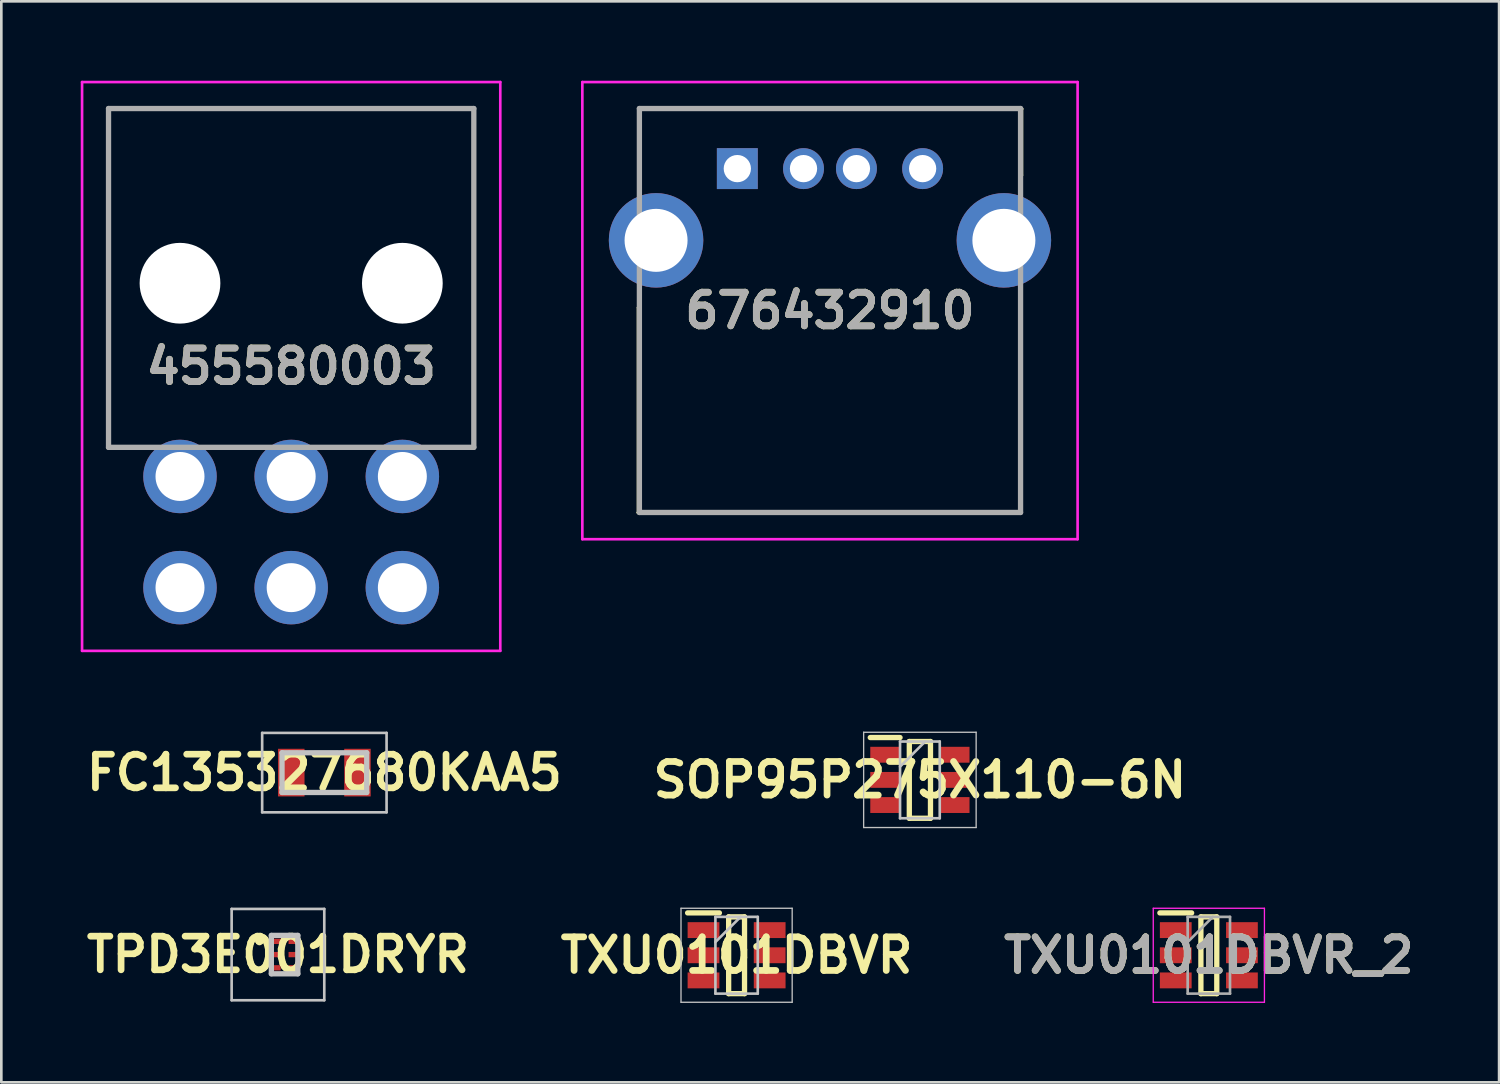
<source format=kicad_pcb>
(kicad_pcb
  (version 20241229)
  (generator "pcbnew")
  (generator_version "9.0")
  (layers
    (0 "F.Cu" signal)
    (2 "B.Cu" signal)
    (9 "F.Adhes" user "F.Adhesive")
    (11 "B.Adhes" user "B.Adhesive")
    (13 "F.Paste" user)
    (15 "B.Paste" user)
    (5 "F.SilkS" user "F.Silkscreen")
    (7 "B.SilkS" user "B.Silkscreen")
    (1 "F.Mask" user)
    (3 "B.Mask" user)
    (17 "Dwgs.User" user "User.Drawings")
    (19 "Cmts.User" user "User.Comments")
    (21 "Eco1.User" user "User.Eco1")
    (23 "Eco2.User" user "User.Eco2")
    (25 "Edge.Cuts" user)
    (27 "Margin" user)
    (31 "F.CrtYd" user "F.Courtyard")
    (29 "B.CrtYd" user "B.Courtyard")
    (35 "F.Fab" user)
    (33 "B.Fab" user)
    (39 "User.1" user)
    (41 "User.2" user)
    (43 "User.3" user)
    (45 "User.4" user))
  (footprint "TXU0101DBVR_2"
    (layer "F.Cu")
    (at 42.618 33.038)
    (property "Reference" "TXU0101DBVR_2" (at 0 0 0) (layer "F.SilkS") (effects (font (size 1.27 1.27) (thickness 0.254))))
    (attr smd)
    (fp_line (start -1.85 -1.6) (end -0.65 -1.6) (stroke (width 0.2) (type solid)) (layer "F.SilkS"))
    (fp_line (start -0.3 -1.45) (end 0.3 -1.45) (stroke (width 0.2) (type solid)) (layer "F.SilkS"))
    (fp_line (start -0.3 1.45) (end -0.3 -1.45) (stroke (width 0.2) (type solid)) (layer "F.SilkS"))
    (fp_line (start 0.3 -1.45) (end 0.3 1.45) (stroke (width 0.2) (type solid)) (layer "F.SilkS"))
    (fp_line (start 0.3 1.45) (end -0.3 1.45) (stroke (width 0.2) (type solid)) (layer "F.SilkS"))
    (fp_line (start -2.1 -1.775) (end 2.1 -1.775) (stroke (width 0.05) (type solid)) (layer "F.CrtYd"))
    (fp_line (start -2.1 1.775) (end -2.1 -1.775) (stroke (width 0.05) (type solid)) (layer "F.CrtYd"))
    (fp_line (start 2.1 -1.775) (end 2.1 1.775) (stroke (width 0.05) (type solid)) (layer "F.CrtYd"))
    (fp_line (start 2.1 1.775) (end -2.1 1.775) (stroke (width 0.05) (type solid)) (layer "F.CrtYd"))
    (fp_line (start -0.8 -1.45) (end 0.8 -1.45) (stroke (width 0.1) (type solid)) (layer "F.Fab"))
    (fp_line (start -0.8 -0.5) (end 0.15 -1.45) (stroke (width 0.1) (type solid)) (layer "F.Fab"))
    (fp_line (start -0.8 1.45) (end -0.8 -1.45) (stroke (width 0.1) (type solid)) (layer "F.Fab"))
    (fp_line (start 0.8 -1.45) (end 0.8 1.45) (stroke (width 0.1) (type solid)) (layer "F.Fab"))
    (fp_line (start 0.8 1.45) (end -0.8 1.45) (stroke (width 0.1) (type solid)) (layer "F.Fab"))
    (fp_text user "${REFERENCE}" (at 0 0 0) (layer "F.Fab") (effects (font (size 1.27 1.27) (thickness 0.254))))
    (pad "1" smd rect (at -1.25 -0.95 90) (size 0.6 1.2) (layers "F.Cu" "F.Mask" "F.Paste"))
    (pad "2" smd rect (at -1.25 0 90) (size 0.6 1.2) (layers "F.Cu" "F.Mask" "F.Paste"))
    (pad "3" smd rect (at -1.25 0.95 90) (size 0.6 1.2) (layers "F.Cu" "F.Mask" "F.Paste"))
    (pad "4" smd rect (at 1.25 0.95 90) (size 0.6 1.2) (layers "F.Cu" "F.Mask" "F.Paste"))
    (pad "5" smd rect (at 1.25 0 90) (size 0.6 1.2) (layers "F.Cu" "F.Mask" "F.Paste"))
    (pad "6" smd rect (at 1.25 -0.95 90) (size 0.6 1.2) (layers "F.Cu" "F.Mask" "F.Paste")))
  (footprint "TXU0101DBVR"
    (layer "F.Cu")
    (at 24.777 33.038)
    (property "Reference" "TXU0101DBVR" (at 0 0 0) (unlocked yes) (layer "F.SilkS") (effects (font (size 1.27 1.27) (thickness 0.254))))
    (attr smd)
    (fp_line (start -1.85 -1.6) (end -0.65 -1.6) (stroke (width 0.2) (type solid)) (layer "F.SilkS"))
    (fp_line (start -0.3 -1.45) (end 0.3 -1.45) (stroke (width 0.2) (type solid)) (layer "F.SilkS"))
    (fp_line (start -0.3 1.45) (end -0.3 -1.45) (stroke (width 0.2) (type solid)) (layer "F.SilkS"))
    (fp_line (start 0.3 -1.45) (end 0.3 1.45) (stroke (width 0.2) (type solid)) (layer "F.SilkS"))
    (fp_line (start 0.3 1.45) (end -0.3 1.45) (stroke (width 0.2) (type solid)) (layer "F.SilkS"))
    (fp_line (start -2.1 -1.775) (end 2.1 -1.775) (stroke (width 0.05) (type solid)) (layer "Dwgs.User"))
    (fp_line (start -2.1 1.775) (end -2.1 -1.775) (stroke (width 0.05) (type solid)) (layer "Dwgs.User"))
    (fp_line (start -0.8 -1.45) (end 0.8 -1.45) (stroke (width 0.1) (type solid)) (layer "Dwgs.User"))
    (fp_line (start -0.8 -0.5) (end 0.15 -1.45) (stroke (width 0.1) (type solid)) (layer "Dwgs.User"))
    (fp_line (start -0.8 1.45) (end -0.8 -1.45) (stroke (width 0.1) (type solid)) (layer "Dwgs.User"))
    (fp_line (start 0.8 -1.45) (end 0.8 1.45) (stroke (width 0.1) (type solid)) (layer "Dwgs.User"))
    (fp_line (start 0.8 1.45) (end -0.8 1.45) (stroke (width 0.1) (type solid)) (layer "Dwgs.User"))
    (fp_line (start 2.1 -1.775) (end 2.1 1.775) (stroke (width 0.05) (type solid)) (layer "Dwgs.User"))
    (fp_line (start 2.1 1.775) (end -2.1 1.775) (stroke (width 0.05) (type solid)) (layer "Dwgs.User"))
    (pad "1" smd rect (at -1.25 -0.95 90) (size 0.6 1.2) (layers "F.Cu" "F.Mask" "F.Paste"))
    (pad "2" smd rect (at -1.25 0 90) (size 0.6 1.2) (layers "F.Cu" "F.Mask" "F.Paste"))
    (pad "3" smd rect (at -1.25 0.95 90) (size 0.6 1.2) (layers "F.Cu" "F.Mask" "F.Paste"))
    (pad "4" smd rect (at 1.25 0.95 90) (size 0.6 1.2) (layers "F.Cu" "F.Mask" "F.Paste"))
    (pad "5" smd rect (at 1.25 0 90) (size 0.6 1.2) (layers "F.Cu" "F.Mask" "F.Paste"))
    (pad "6" smd rect (at 1.25 -0.95 90) (size 0.6 1.2) (layers "F.Cu" "F.Mask" "F.Paste")))
  (footprint "TPD3E001DRYR"
    (layer "F.Cu")
    (at 7.701 33.013)
    (property "Reference" "TPD3E001DRYR" (at -0.25 0 0) (unlocked yes) (layer "F.SilkS") (effects (font (size 1.27 1.27) (thickness 0.254))))
    (attr smd)
    (fp_line (start -1 -0.5) (end -1 -0.5) (stroke (width 0.2) (type solid)) (layer "F.SilkS"))
    (fp_line (start -0.9 -0.5) (end -0.9 -0.5) (stroke (width 0.2) (type solid)) (layer "F.SilkS"))
    (fp_line (start -0.9 -0.5) (end -0.9 -0.5) (stroke (width 0.2) (type solid)) (layer "F.SilkS"))
    (fp_arc (start -1 -0.5) (mid -0.95 -0.55) (end -0.9 -0.5) (stroke (width 0.2) (type solid)) (layer "F.SilkS"))
    (fp_arc (start -1 -0.5) (mid -0.95 -0.55) (end -0.9 -0.5) (stroke (width 0.2) (type solid)) (layer "F.SilkS"))
    (fp_arc (start -0.9 -0.5) (mid -0.95 -0.45) (end -1 -0.5) (stroke (width 0.2) (type solid)) (layer "F.SilkS"))
    (fp_line (start -2 -1.725) (end 1.5 -1.725) (stroke (width 0.1) (type solid)) (layer "Dwgs.User"))
    (fp_line (start -2 1.725) (end -2 -1.725) (stroke (width 0.1) (type solid)) (layer "Dwgs.User"))
    (fp_line (start -0.5 -0.725) (end -0.5 0.725) (stroke (width 0.2) (type solid)) (layer "Dwgs.User"))
    (fp_line (start -0.5 0.725) (end 0.5 0.725) (stroke (width 0.2) (type solid)) (layer "Dwgs.User"))
    (fp_line (start 0.5 -0.725) (end -0.5 -0.725) (stroke (width 0.2) (type solid)) (layer "Dwgs.User"))
    (fp_line (start 0.5 0.725) (end 0.5 -0.725) (stroke (width 0.2) (type solid)) (layer "Dwgs.User"))
    (fp_line (start 1.5 -1.725) (end 1.5 1.725) (stroke (width 0.1) (type solid)) (layer "Dwgs.User"))
    (fp_line (start 1.5 1.725) (end -2 1.725) (stroke (width 0.1) (type solid)) (layer "Dwgs.User"))
    (pad "1" smd rect (at -0.275 -0.5 90) (size 0.2 0.35) (layers "F.Cu" "F.Mask" "F.Paste"))
    (pad "2" smd rect (at -0.3 0 90) (size 0.2 0.3) (layers "F.Cu" "F.Mask" "F.Paste"))
    (pad "3" smd rect (at -0.3 0.5 90) (size 0.2 0.3) (layers "F.Cu" "F.Mask" "F.Paste"))
    (pad "4" smd rect (at 0.3 0.5 90) (size 0.2 0.3) (layers "F.Cu" "F.Mask" "F.Paste"))
    (pad "5" smd rect (at 0.3 0 90) (size 0.2 0.3) (layers "F.Cu" "F.Mask" "F.Paste"))
    (pad "6" smd rect (at 0.3 -0.5 90) (size 0.2 0.3) (layers "F.Cu" "F.Mask" "F.Paste")))
  (footprint "455580003"
    (layer "F.Cu")
    (at 3.75 14.95)
    (property "Reference" "455580003" (at 4.2 -4.156 0) (layer "F.SilkS") (effects (font (size 1.27 1.27) (thickness 0.254))))
    (attr through_hole)
    (fp_line (start -2.7 -13.9) (end 11.1 -13.9) (stroke (width 0.1) (type solid)) (layer "F.SilkS"))
    (fp_line (start -2.7 -1.1) (end -2.7 -13.9) (stroke (width 0.1) (type solid)) (layer "F.SilkS"))
    (fp_line (start -2.3 -1.1) (end -2.7 -1.1) (stroke (width 0.1) (type solid)) (layer "F.SilkS"))
    (fp_line (start 11.1 -13.9) (end 11.1 -1.1) (stroke (width 0.1) (type solid)) (layer "F.SilkS"))
    (fp_line (start 11.1 -1.1) (end 10.7 -1.1) (stroke (width 0.1) (type solid)) (layer "F.SilkS"))
    (fp_line (start -3.7 -14.9) (end 12.1 -14.9) (stroke (width 0.1) (type solid)) (layer "F.CrtYd"))
    (fp_line (start -3.7 6.588) (end -3.7 -14.9) (stroke (width 0.1) (type solid)) (layer "F.CrtYd"))
    (fp_line (start 12.1 -14.9) (end 12.1 6.588) (stroke (width 0.1) (type solid)) (layer "F.CrtYd"))
    (fp_line (start 12.1 6.588) (end -3.7 6.588) (stroke (width 0.1) (type solid)) (layer "F.CrtYd"))
    (fp_line (start -2.7 -13.9) (end 11.1 -13.9) (stroke (width 0.2) (type solid)) (layer "F.Fab"))
    (fp_line (start -2.7 -1.1) (end -2.7 -13.9) (stroke (width 0.2) (type solid)) (layer "F.Fab"))
    (fp_line (start 11.1 -13.9) (end 11.1 -1.1) (stroke (width 0.2) (type solid)) (layer "F.Fab"))
    (fp_line (start 11.1 -1.1) (end -2.7 -1.1) (stroke (width 0.2) (type solid)) (layer "F.Fab"))
    (fp_text user "${REFERENCE}" (at 4.2 -4.156 0) (layer "F.Fab") (effects (font (size 1.27 1.27) (thickness 0.254))))
    (pad "" np_thru_hole circle (at 0 -7.3) (size 3.05 3.05) (drill 3.05) (layers "*.Cu" "*.Mask"))
    (pad "" np_thru_hole circle (at 8.4 -7.3) (size 3.05 3.05) (drill 3.05) (layers "*.Cu" "*.Mask"))
    (pad "1" thru_hole circle (at 0 0) (size 2.775 2.775) (drill 1.85) (layers "*.Cu" "*.Mask"))
    (pad "2" thru_hole circle (at 4.2 0) (size 2.775 2.775) (drill 1.85) (layers "*.Cu" "*.Mask"))
    (pad "3" thru_hole circle (at 8.4 0) (size 2.775 2.775) (drill 1.85) (layers "*.Cu" "*.Mask"))
    (pad "4" thru_hole circle (at 0 4.2) (size 2.775 2.775) (drill 1.85) (layers "*.Cu" "*.Mask"))
    (pad "5" thru_hole circle (at 4.2 4.2) (size 2.775 2.775) (drill 1.85) (layers "*.Cu" "*.Mask"))
    (pad "6" thru_hole circle (at 8.4 4.2) (size 2.775 2.775) (drill 1.85) (layers "*.Cu" "*.Mask")))
  (footprint "FC135327680KAA5"
    (layer "F.Cu")
    (at 9.204 26.138)
    (property "Reference" "FC135327680KAA5" (at 0 0 0) (unlocked yes) (layer "F.SilkS") (effects (font (size 1.27 1.27) (thickness 0.254))))
    (attr smd)
    (fp_line (start -0.4 -0.75) (end 0.4 -0.75) (stroke (width 0.1) (type solid)) (layer "F.SilkS"))
    (fp_line (start -0.4 0.75) (end 0.4 0.75) (stroke (width 0.1) (type solid)) (layer "F.SilkS"))
    (fp_line (start -2.35 -1.5) (end 2.35 -1.5) (stroke (width 0.1) (type solid)) (layer "Dwgs.User"))
    (fp_line (start -2.35 1.5) (end -2.35 -1.5) (stroke (width 0.1) (type solid)) (layer "Dwgs.User"))
    (fp_line (start -1.6 -0.75) (end 1.6 -0.75) (stroke (width 0.2) (type solid)) (layer "Dwgs.User"))
    (fp_line (start -1.6 0.75) (end -1.6 -0.75) (stroke (width 0.2) (type solid)) (layer "Dwgs.User"))
    (fp_line (start 1.6 -0.75) (end 1.6 0.75) (stroke (width 0.2) (type solid)) (layer "Dwgs.User"))
    (fp_line (start 1.6 0.75) (end -1.6 0.75) (stroke (width 0.2) (type solid)) (layer "Dwgs.User"))
    (fp_line (start 2.35 -1.5) (end 2.35 1.5) (stroke (width 0.1) (type solid)) (layer "Dwgs.User"))
    (fp_line (start 2.35 1.5) (end -2.35 1.5) (stroke (width 0.1) (type solid)) (layer "Dwgs.User"))
    (pad "1" smd rect (at -1.25 0) (size 1 1.8) (layers "F.Cu" "F.Mask" "F.Paste"))
    (pad "2" smd rect (at 1.25 0) (size 1 1.8) (layers "F.Cu" "F.Mask" "F.Paste")))
  (footprint "676432910"
    (layer "F.Cu")
    (at 24.805 3.32)
    (property "Reference" "676432910" (at 3.5 5.365 0) (layer "F.SilkS") (effects (font (size 1.27 1.27) (thickness 0.254))))
    (attr through_hole)
    (fp_line (start -3.75 5.25) (end -3.75 13) (stroke (width 0.1) (type solid)) (layer "F.SilkS"))
    (fp_line (start -3.75 12.99) (end -3.75 13) (stroke (width 0.1) (type solid)) (layer "F.SilkS"))
    (fp_line (start -3.75 13) (end -3.7 13) (stroke (width 0.1) (type solid)) (layer "F.SilkS"))
    (fp_line (start -3.75 13) (end 10.7 13) (stroke (width 0.1) (type solid)) (layer "F.SilkS"))
    (fp_line (start -3.7 -2.27) (end -3.7 -2.27) (stroke (width 0.1) (type solid)) (layer "F.SilkS"))
    (fp_line (start -3.7 -2.27) (end -3.7 0.25) (stroke (width 0.1) (type solid)) (layer "F.SilkS"))
    (fp_line (start -3.7 -2.27) (end 10.75 -2.27) (stroke (width 0.1) (type solid)) (layer "F.SilkS"))
    (fp_line (start -3.7 -2.25) (end -3.7 -2.27) (stroke (width 0.1) (type solid)) (layer "F.SilkS"))
    (fp_line (start -3.7 0.25) (end -3.7 -2.27) (stroke (width 0.1) (type solid)) (layer "F.SilkS"))
    (fp_line (start -3.7 0.25) (end -3.7 0.25) (stroke (width 0.1) (type solid)) (layer "F.SilkS"))
    (fp_line (start -3.7 5.25) (end -3.75 5.25) (stroke (width 0.1) (type solid)) (layer "F.SilkS"))
    (fp_line (start -3.7 13) (end -3.7 5.25) (stroke (width 0.1) (type solid)) (layer "F.SilkS"))
    (fp_line (start 10.7 -2.25) (end 10.7 0.25) (stroke (width 0.1) (type solid)) (layer "F.SilkS"))
    (fp_line (start 10.7 0.25) (end 10.75 0.25) (stroke (width 0.1) (type solid)) (layer "F.SilkS"))
    (fp_line (start 10.7 5.5) (end 10.7 5.5) (stroke (width 0.1) (type solid)) (layer "F.SilkS"))
    (fp_line (start 10.7 5.5) (end 10.7 12.99) (stroke (width 0.1) (type solid)) (layer "F.SilkS"))
    (fp_line (start 10.7 12.99) (end -3.75 12.99) (stroke (width 0.1) (type solid)) (layer "F.SilkS"))
    (fp_line (start 10.7 12.99) (end 10.7 5.5) (stroke (width 0.1) (type solid)) (layer "F.SilkS"))
    (fp_line (start 10.7 12.99) (end 10.7 12.99) (stroke (width 0.1) (type solid)) (layer "F.SilkS"))
    (fp_line (start 10.7 13) (end 10.7 12.99) (stroke (width 0.1) (type solid)) (layer "F.SilkS"))
    (fp_line (start 10.75 -2.27) (end 10.75 -2.25) (stroke (width 0.1) (type solid)) (layer "F.SilkS"))
    (fp_line (start 10.75 -2.25) (end -3.7 -2.25) (stroke (width 0.1) (type solid)) (layer "F.SilkS"))
    (fp_line (start 10.75 -2.25) (end 10.7 -2.25) (stroke (width 0.1) (type solid)) (layer "F.SilkS"))
    (fp_line (start 10.75 0.25) (end 10.75 -2.25) (stroke (width 0.1) (type solid)) (layer "F.SilkS"))
    (fp_line (start -5.855 -3.27) (end 12.855 -3.27) (stroke (width 0.1) (type solid)) (layer "F.CrtYd"))
    (fp_line (start -5.855 14) (end -5.855 -3.27) (stroke (width 0.1) (type solid)) (layer "F.CrtYd"))
    (fp_line (start 12.855 -3.27) (end 12.855 14) (stroke (width 0.1) (type solid)) (layer "F.CrtYd"))
    (fp_line (start 12.855 14) (end -5.855 14) (stroke (width 0.1) (type solid)) (layer "F.CrtYd"))
    (fp_line (start -3.7 -2.27) (end -3.7 12.99) (stroke (width 0.2) (type solid)) (layer "F.Fab"))
    (fp_line (start -3.7 12.99) (end 10.7 12.99) (stroke (width 0.2) (type solid)) (layer "F.Fab"))
    (fp_line (start 10.7 -2.27) (end -3.7 -2.27) (stroke (width 0.2) (type solid)) (layer "F.Fab"))
    (fp_line (start 10.7 12.99) (end 10.7 -2.27) (stroke (width 0.2) (type solid)) (layer "F.Fab"))
    (fp_text user "${REFERENCE}" (at 3.5 5.365 0) (layer "F.Fab") (effects (font (size 1.27 1.27) (thickness 0.254))))
    (pad "1" thru_hole rect (at 0 0) (size 1.545 1.545) (drill 1.03) (layers "*.Cu" "*.Mask"))
    (pad "2" thru_hole circle (at 2.5 0) (size 1.545 1.545) (drill 1.03) (layers "*.Cu" "*.Mask"))
    (pad "3" thru_hole circle (at 4.5 0) (size 1.545 1.545) (drill 1.03) (layers "*.Cu" "*.Mask"))
    (pad "4" thru_hole circle (at 7 0) (size 1.545 1.545) (drill 1.03) (layers "*.Cu" "*.Mask"))
    (pad "MH1" thru_hole circle (at -3.07 2.71) (size 3.57 3.57) (drill 2.38) (layers "*.Cu" "*.Mask"))
    (pad "MH2" thru_hole circle (at 10.07 2.71) (size 3.57 3.57) (drill 2.38) (layers "*.Cu" "*.Mask")))
  (footprint "SOP95P275X110-6N"
    (layer "F.Cu")
    (at 31.702 26.413)
    (property "Reference" "SOP95P275X110-6N" (at 0 0 0) (unlocked yes) (layer "F.SilkS") (effects (font (size 1.27 1.27) (thickness 0.254))))
    (attr smd)
    (fp_line (start -1.875 -1.6) (end -0.75 -1.6) (stroke (width 0.2) (type solid)) (layer "F.SilkS"))
    (fp_line (start -0.4 -1.45) (end 0.4 -1.45) (stroke (width 0.2) (type solid)) (layer "F.SilkS"))
    (fp_line (start -0.4 1.45) (end -0.4 -1.45) (stroke (width 0.2) (type solid)) (layer "F.SilkS"))
    (fp_line (start 0.4 -1.45) (end 0.4 1.45) (stroke (width 0.2) (type solid)) (layer "F.SilkS"))
    (fp_line (start 0.4 1.45) (end -0.4 1.45) (stroke (width 0.2) (type solid)) (layer "F.SilkS"))
    (fp_line (start -2.125 -1.8) (end 2.125 -1.8) (stroke (width 0.05) (type solid)) (layer "Dwgs.User"))
    (fp_line (start -2.125 1.8) (end -2.125 -1.8) (stroke (width 0.05) (type solid)) (layer "Dwgs.User"))
    (fp_line (start -0.75 -1.45) (end 0.75 -1.45) (stroke (width 0.1) (type solid)) (layer "Dwgs.User"))
    (fp_line (start -0.75 -0.5) (end 0.2 -1.45) (stroke (width 0.1) (type solid)) (layer "Dwgs.User"))
    (fp_line (start -0.75 1.45) (end -0.75 -1.45) (stroke (width 0.1) (type solid)) (layer "Dwgs.User"))
    (fp_line (start 0.75 -1.45) (end 0.75 1.45) (stroke (width 0.1) (type solid)) (layer "Dwgs.User"))
    (fp_line (start 0.75 1.45) (end -0.75 1.45) (stroke (width 0.1) (type solid)) (layer "Dwgs.User"))
    (fp_line (start 2.125 -1.8) (end 2.125 1.8) (stroke (width 0.05) (type solid)) (layer "Dwgs.User"))
    (fp_line (start 2.125 1.8) (end -2.125 1.8) (stroke (width 0.05) (type solid)) (layer "Dwgs.User"))
    (pad "1" smd rect (at -1.312 -0.95 90) (size 0.6 1.125) (layers "F.Cu" "F.Mask" "F.Paste"))
    (pad "2" smd rect (at -1.312 0 90) (size 0.6 1.125) (layers "F.Cu" "F.Mask" "F.Paste"))
    (pad "3" smd rect (at -1.312 0.95 90) (size 0.6 1.125) (layers "F.Cu" "F.Mask" "F.Paste"))
    (pad "4" smd rect (at 1.312 0.95 90) (size 0.6 1.125) (layers "F.Cu" "F.Mask" "F.Paste"))
    (pad "5" smd rect (at 1.312 0 90) (size 0.6 1.125) (layers "F.Cu" "F.Mask" "F.Paste"))
    (pad "6" smd rect (at 1.312 -0.95 90) (size 0.6 1.125) (layers "F.Cu" "F.Mask" "F.Paste")))
  (gr_rect
    (start -3 -3)
    (end 53.583 37.838)
    (stroke (width 0.1) (type default))
    (fill no)
    (layer "Edge.Cuts")))
</source>
